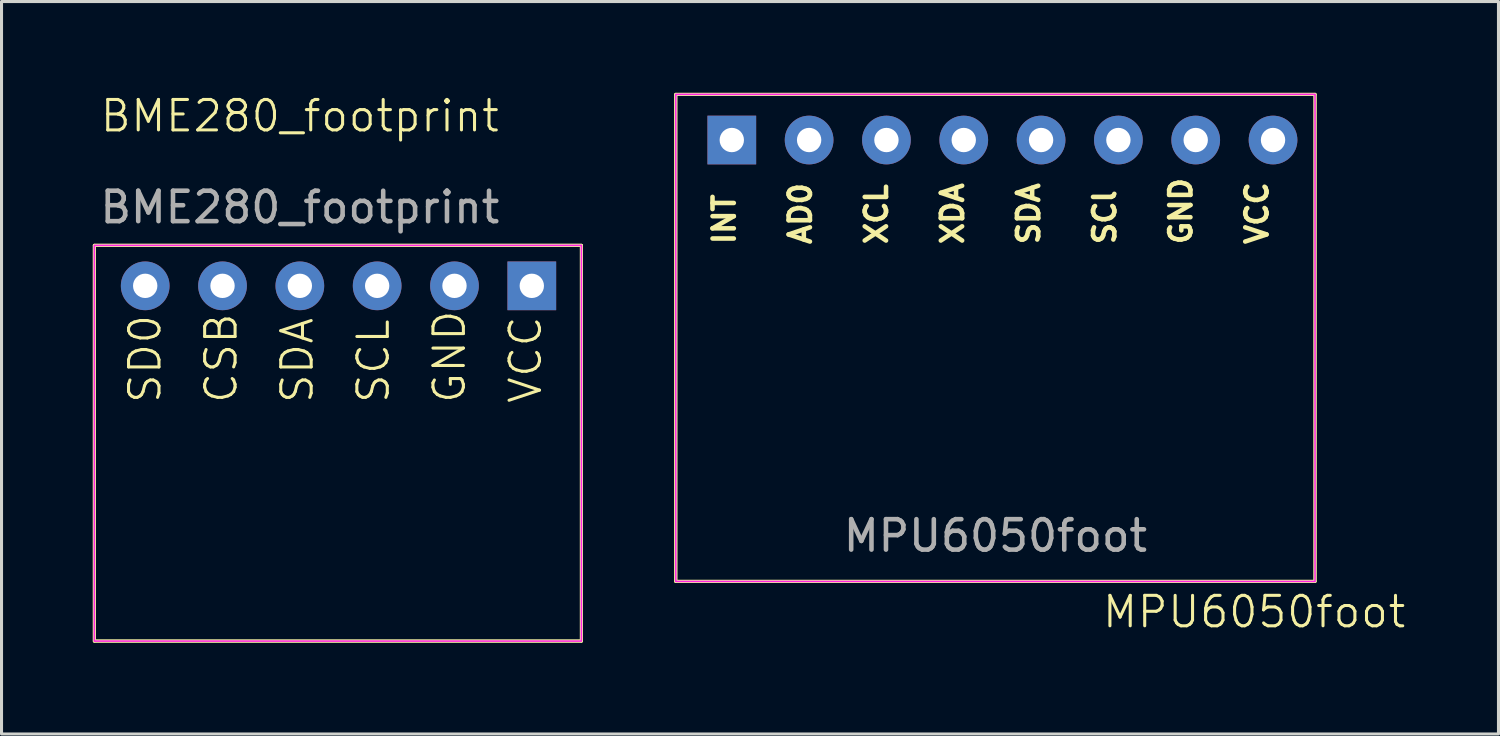
<source format=kicad_pcb>
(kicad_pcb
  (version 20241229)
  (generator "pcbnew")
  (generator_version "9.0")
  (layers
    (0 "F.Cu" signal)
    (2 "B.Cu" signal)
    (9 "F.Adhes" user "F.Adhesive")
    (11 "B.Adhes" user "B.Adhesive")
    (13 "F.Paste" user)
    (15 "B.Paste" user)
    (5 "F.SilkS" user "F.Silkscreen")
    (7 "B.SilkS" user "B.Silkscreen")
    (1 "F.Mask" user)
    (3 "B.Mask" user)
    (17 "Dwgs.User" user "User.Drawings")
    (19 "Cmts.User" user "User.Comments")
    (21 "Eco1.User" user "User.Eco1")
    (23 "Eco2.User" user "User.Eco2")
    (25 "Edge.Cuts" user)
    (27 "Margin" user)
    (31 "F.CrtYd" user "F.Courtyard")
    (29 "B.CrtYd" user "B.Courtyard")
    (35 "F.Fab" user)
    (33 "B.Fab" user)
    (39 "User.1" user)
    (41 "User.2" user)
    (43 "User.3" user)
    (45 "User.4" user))
  (footprint "MPU6050foot"
    (layer "F.Cu")
    (at 31.15 9.05)
    (property "Reference" "MPU6050foot" (at 7 8 0) (unlocked yes) (layer "F.SilkS") (effects (font (size 1 1) (thickness 0.1))))
    (attr through_hole)
    (fp_line (start -12 -9) (end 9 -9) (stroke (width 0.1) (type default)) (layer "F.SilkS"))
    (fp_line (start -12 7) (end -12 -9) (stroke (width 0.1) (type default)) (layer "F.SilkS"))
    (fp_line (start 9 -9) (end 9 7) (stroke (width 0.1) (type default)) (layer "F.SilkS"))
    (fp_line (start 9 7) (end -12 7) (stroke (width 0.1) (type default)) (layer "F.SilkS"))
    (fp_rect (start -12 -9) (end 9 7) (stroke (width 0.1) (type default)) (fill no) (layer "F.SilkS"))
    (fp_rect (start -12 -9) (end 9 7) (stroke (width 0.05) (type solid)) (fill no) (layer "F.CrtYd"))
    (fp_text user "XCL" (at -5 -4 90) (unlocked yes) (layer "F.SilkS") (effects (font (size 0.7 0.7) (thickness 0.15) (bold yes)) (justify left bottom)))
    (fp_text user "SDA" (at 0 -4 90) (unlocked yes) (layer "F.SilkS") (effects (font (size 0.7 0.7) (thickness 0.15) (bold yes)) (justify left bottom)))
    (fp_text user "GND" (at 5 -4 90) (unlocked yes) (layer "F.SilkS") (effects (font (size 0.7 0.7) (thickness 0.15) (bold yes)) (justify left bottom)))
    (fp_text user "SCl" (at 2.5 -4 90) (unlocked yes) (layer "F.SilkS") (effects (font (size 0.7 0.7) (thickness 0.15) (bold yes)) (justify left bottom)))
    (fp_text user "XDA" (at -2.5 -4 90) (unlocked yes) (layer "F.SilkS") (effects (font (size 0.7 0.7) (thickness 0.15) (bold yes)) (justify left bottom)))
    (fp_text user "INT" (at -10 -4 90) (unlocked yes) (layer "F.SilkS") (effects (font (size 0.7 0.7) (thickness 0.15) (bold yes)) (justify left bottom)))
    (fp_text user "AD0" (at -7.5 -4 90) (unlocked yes) (layer "F.SilkS") (effects (font (size 0.7 0.7) (thickness 0.15) (bold yes)) (justify left bottom)))
    (fp_text user "VCC" (at 7.5 -4 90) (unlocked yes) (layer "F.SilkS") (effects (font (size 0.7 0.7) (thickness 0.15) (bold yes)) (justify left bottom)))
    (fp_text user "${REFERENCE}" (at -1.5 5.5 0) (unlocked yes) (layer "F.Fab") (effects (font (size 1 1) (thickness 0.15))))
    (pad "1" thru_hole rect (at -10.16 -7.5) (size 1.6 1.6) (drill 0.8) (layers "*.Cu" "*.Mask"))
    (pad "2" thru_hole circle (at -7.62 -7.5) (size 1.6 1.6) (drill 0.8) (layers "*.Cu" "*.Mask"))
    (pad "3" thru_hole circle (at -5.08 -7.5) (size 1.6 1.6) (drill 0.8) (layers "*.Cu" "*.Mask"))
    (pad "4" thru_hole circle (at -2.54 -7.5) (size 1.6 1.6) (drill 0.8) (layers "*.Cu" "*.Mask"))
    (pad "5" thru_hole circle (at 0 -7.5) (size 1.6 1.6) (drill 0.8) (layers "*.Cu" "*.Mask"))
    (pad "6" thru_hole circle (at 2.54 -7.5) (size 1.6 1.6) (drill 0.8) (layers "*.Cu" "*.Mask"))
    (pad "7" thru_hole circle (at 5.08 -7.5) (size 1.6 1.6) (drill 0.8) (layers "*.Cu" "*.Mask"))
    (pad "8" thru_hole circle (at 7.62 -7.5) (size 1.6 1.6) (drill 0.8) (layers "*.Cu" "*.Mask"))
    (zone (net_name "") (layer "F.SilkS") (hatch edge 0.5) (connect_pads) (min_thickness 0.25) (filled_areas_thickness no) (keepout (tracks allowed) (vias allowed) (pads not_allowed) (copperpour allowed) (footprints not_allowed)) (placement (enabled no)) (fill) (polygon (pts (xy 19.15 0.05) (xy 40.15 0.05) (xy 40.15 16.05) (xy 19.15 16.05)))))
  (footprint "BME280_footprint"
    (layer "F.Cu")
    (at 6.8 1.26)
    (property "Reference" "BME280_footprint" (at 0 -0.5 0) (unlocked yes) (layer "F.SilkS") (effects (font (size 1 1) (thickness 0.1))))
    (attr smd)
    (fp_line (start -6.75 3.75) (end 9.25 3.75) (stroke (width 0.1) (type default)) (layer "F.SilkS"))
    (fp_line (start -6.75 16.75) (end -6.75 3.75) (stroke (width 0.1) (type default)) (layer "F.SilkS"))
    (fp_line (start 9.25 3.75) (end 9.25 16.75) (stroke (width 0.1) (type default)) (layer "F.SilkS"))
    (fp_line (start 9.25 16.75) (end -6.75 16.75) (stroke (width 0.1) (type default)) (layer "F.SilkS"))
    (fp_rect (start -6.75 3.75) (end 9.25 16.75) (stroke (width 0.1) (type default)) (fill no) (layer "F.SilkS"))
    (fp_rect (start -6.75 3.75) (end 9.25 16.75) (stroke (width 0.05) (type solid)) (fill no) (layer "F.CrtYd"))
    (fp_text user "GND" (at 5.5 9 90) (unlocked yes) (layer "F.SilkS") (effects (font (size 1 1) (thickness 0.1)) (justify left bottom)))
    (fp_text user "SDA" (at 0.5 9 90) (unlocked yes) (layer "F.SilkS") (effects (font (size 1 1) (thickness 0.1)) (justify left bottom)))
    (fp_text user "CSB" (at -2 9 90) (unlocked yes) (layer "F.SilkS") (effects (font (size 1 1) (thickness 0.1)) (justify left bottom)))
    (fp_text user "SCL" (at 3 9 90) (unlocked yes) (layer "F.SilkS") (effects (font (size 1 1) (thickness 0.1)) (justify left bottom)))
    (fp_text user "SD0" (at -4.5 9 90) (unlocked yes) (layer "F.SilkS") (effects (font (size 1 1) (thickness 0.1)) (justify left bottom)))
    (fp_text user "VCC" (at 8 9 90) (unlocked yes) (layer "F.SilkS") (effects (font (size 1 1) (thickness 0.1)) (justify left bottom)))
    (fp_text user "${REFERENCE}" (at 0 2.5 0) (unlocked yes) (layer "F.Fab") (effects (font (size 1 1) (thickness 0.15))))
    (pad "1" thru_hole rect (at 7.62 5.08) (size 1.6 1.6) (drill 0.8) (layers "*.Cu" "*.Mask"))
    (pad "2" thru_hole circle (at 5.08 5.08) (size 1.6 1.6) (drill 0.8) (layers "*.Cu" "*.Mask"))
    (pad "3" thru_hole circle (at 2.54 5.08) (size 1.6 1.6) (drill 0.8) (layers "*.Cu" "*.Mask"))
    (pad "4" thru_hole circle (at 0 5.08) (size 1.6 1.6) (drill 0.8) (layers "*.Cu" "*.Mask"))
    (pad "5" thru_hole circle (at -2.54 5.08) (size 1.6 1.6) (drill 0.8) (layers "*.Cu" "*.Mask"))
    (pad "6" thru_hole circle (at -5.08 5.08) (size 1.6 1.6) (drill 0.8) (layers "*.Cu" "*.Mask"))
    (zone (net_name "") (layer "F.SilkS") (hatch edge 0.5) (connect_pads) (min_thickness 0.25) (filled_areas_thickness no) (keepout (tracks allowed) (vias allowed) (pads not_allowed) (copperpour allowed) (footprints not_allowed)) (placement (enabled no)) (fill) (polygon (pts (xy 0.05 5.011) (xy 16.05 5.011) (xy 16.05 18.011) (xy 0.05 18.011)))))
  (gr_rect
    (start -3 -3)
    (end 46.176 21.061)
    (stroke (width 0.1) (type default))
    (fill no)
    (layer "Edge.Cuts")))
</source>
